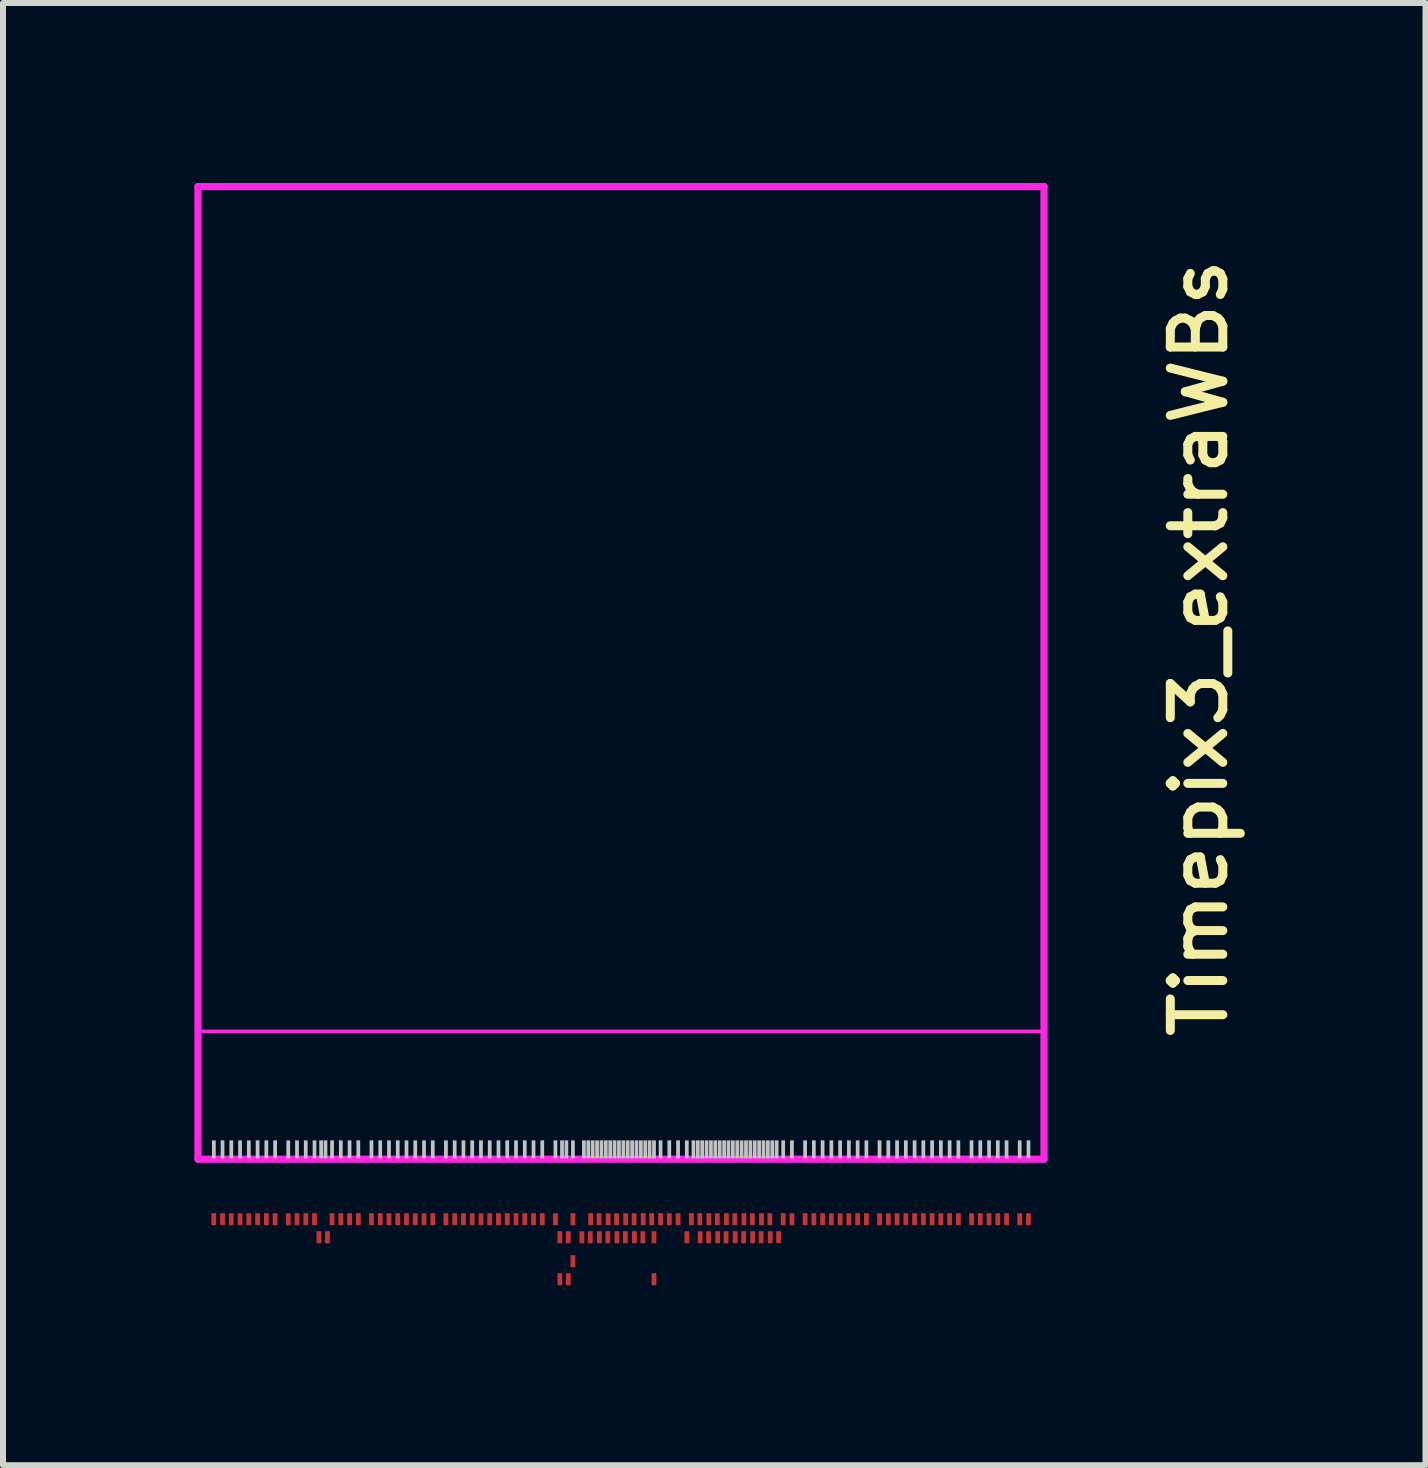
<source format=kicad_pcb>
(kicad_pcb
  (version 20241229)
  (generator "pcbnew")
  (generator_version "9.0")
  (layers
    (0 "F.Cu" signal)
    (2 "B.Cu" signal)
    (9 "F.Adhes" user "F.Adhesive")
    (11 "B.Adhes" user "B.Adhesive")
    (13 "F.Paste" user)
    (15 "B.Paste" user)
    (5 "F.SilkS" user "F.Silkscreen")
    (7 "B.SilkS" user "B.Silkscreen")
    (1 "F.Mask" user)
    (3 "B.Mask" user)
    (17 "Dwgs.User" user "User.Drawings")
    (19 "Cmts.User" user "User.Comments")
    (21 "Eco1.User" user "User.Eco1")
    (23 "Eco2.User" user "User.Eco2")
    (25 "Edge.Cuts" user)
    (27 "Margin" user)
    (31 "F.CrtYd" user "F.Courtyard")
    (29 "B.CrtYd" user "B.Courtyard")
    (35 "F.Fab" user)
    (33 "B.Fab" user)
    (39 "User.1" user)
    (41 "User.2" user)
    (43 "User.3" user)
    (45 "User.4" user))
  (footprint "Timepix3_extraWBs"
    (layer "F.Cu")
    (at 0.25 16.27)
    (property "Reference" "Timepix3_extraWBs" (at 16.683 -8.52 90) (unlocked yes) (layer "F.SilkS") (effects (font (size 0.875 0.92) (thickness 0.15))))
    (attr smd)
    (fp_line (start 0 -16.21) (end 0 0) (stroke (width 0.12) (type solid)) (layer "F.CrtYd"))
    (fp_line (start 0 -2.13) (end 14.1 -2.13) (stroke (width 0.06) (type solid)) (layer "F.CrtYd"))
    (fp_line (start 0 0) (end 14.1 0) (stroke (width 0.12) (type solid)) (layer "F.CrtYd"))
    (fp_line (start 14.1 -16.21) (end 0 -16.21) (stroke (width 0.12) (type solid)) (layer "F.CrtYd"))
    (fp_line (start 14.1 0) (end 14.1 -16.21) (stroke (width 0.12) (type solid)) (layer "F.CrtYd"))
    (pad "" smd rect (at 0.264 -0.164) (size 0.062 0.3) (layers "Dwgs.User"))
    (pad "" smd rect (at 0.409 -0.164) (size 0.062 0.3) (layers "Dwgs.User"))
    (pad "" smd rect (at 0.555 -0.164) (size 0.062 0.3) (layers "Dwgs.User"))
    (pad "" smd rect (at 0.701 -0.164) (size 0.062 0.3) (layers "Dwgs.User"))
    (pad "" smd rect (at 0.847 -0.164) (size 0.062 0.3) (layers "Dwgs.User"))
    (pad "" smd rect (at 0.993 -0.164) (size 0.062 0.3) (layers "Dwgs.User"))
    (pad "" smd rect (at 1.139 -0.164) (size 0.062 0.3) (layers "Dwgs.User"))
    (pad "" smd rect (at 1.285 -0.164) (size 0.062 0.3) (layers "Dwgs.User"))
    (pad "" smd rect (at 1.504 -0.164) (size 0.062 0.3) (layers "Dwgs.User"))
    (pad "" smd rect (at 1.65 -0.164) (size 0.062 0.3) (layers "Dwgs.User"))
    (pad "" smd rect (at 1.796 -0.164) (size 0.062 0.3) (layers "Dwgs.User"))
    (pad "" smd rect (at 1.942 -0.164) (size 0.062 0.3) (layers "Dwgs.User"))
    (pad "" smd rect (at 2.052 -0.164) (size 0.062 0.3) (layers "Dwgs.User"))
    (pad "" smd rect (at 2.125 -0.164) (size 0.062 0.3) (layers "Dwgs.User"))
    (pad "" smd rect (at 2.234 -0.164) (size 0.062 0.3) (layers "Dwgs.User"))
    (pad "" smd rect (at 2.38 -0.164) (size 0.062 0.3) (layers "Dwgs.User"))
    (pad "" smd rect (at 2.526 -0.164) (size 0.062 0.3) (layers "Dwgs.User"))
    (pad "" smd rect (at 2.672 -0.164) (size 0.062 0.3) (layers "Dwgs.User"))
    (pad "" smd rect (at 2.891 -0.164) (size 0.062 0.3) (layers "Dwgs.User"))
    (pad "" smd rect (at 3.037 -0.164) (size 0.062 0.3) (layers "Dwgs.User"))
    (pad "" smd rect (at 3.183 -0.164) (size 0.062 0.3) (layers "Dwgs.User"))
    (pad "" smd rect (at 3.329 -0.164) (size 0.062 0.3) (layers "Dwgs.User"))
    (pad "" smd rect (at 3.475 -0.164) (size 0.062 0.3) (layers "Dwgs.User"))
    (pad "" smd rect (at 3.621 -0.164) (size 0.062 0.3) (layers "Dwgs.User"))
    (pad "" smd rect (at 3.767 -0.164) (size 0.062 0.3) (layers "Dwgs.User"))
    (pad "" smd rect (at 3.913 -0.164) (size 0.062 0.3) (layers "Dwgs.User"))
    (pad "" smd rect (at 4.132 -0.164) (size 0.062 0.3) (layers "Dwgs.User"))
    (pad "" smd rect (at 4.278 -0.164) (size 0.062 0.3) (layers "Dwgs.User"))
    (pad "" smd rect (at 4.424 -0.164) (size 0.062 0.3) (layers "Dwgs.User"))
    (pad "" smd rect (at 4.57 -0.164) (size 0.062 0.3) (layers "Dwgs.User"))
    (pad "" smd rect (at 4.716 -0.164) (size 0.062 0.3) (layers "Dwgs.User"))
    (pad "" smd rect (at 4.862 -0.164) (size 0.062 0.3) (layers "Dwgs.User"))
    (pad "" smd rect (at 5.008 -0.164) (size 0.062 0.3) (layers "Dwgs.User"))
    (pad "" smd rect (at 5.154 -0.164) (size 0.062 0.3) (layers "Dwgs.User"))
    (pad "" smd rect (at 5.3 -0.164) (size 0.062 0.3) (layers "Dwgs.User"))
    (pad "" smd rect (at 5.446 -0.164) (size 0.062 0.3) (layers "Dwgs.User"))
    (pad "" smd rect (at 5.592 -0.164) (size 0.062 0.3) (layers "Dwgs.User"))
    (pad "" smd rect (at 5.738 -0.164) (size 0.062 0.3) (layers "Dwgs.User"))
    (pad "" smd rect (at 5.957 -0.164) (size 0.062 0.3) (layers "Dwgs.User"))
    (pad "" smd rect (at 6.067 -0.164) (size 0.062 0.3) (layers "Dwgs.User"))
    (pad "" smd rect (at 6.14 -0.164) (size 0.062 0.3) (layers "Dwgs.User"))
    (pad "" smd rect (at 6.249 -0.164) (size 0.062 0.3) (layers "Dwgs.User"))
    (pad "" smd rect (at 6.432 -0.164) (size 0.062 0.3) (layers "Dwgs.User"))
    (pad "" smd rect (at 6.505 -0.164) (size 0.062 0.3) (layers "Dwgs.User"))
    (pad "" smd rect (at 6.578 -0.164) (size 0.062 0.3) (layers "Dwgs.User"))
    (pad "" smd rect (at 6.651 -0.164) (size 0.062 0.3) (layers "Dwgs.User"))
    (pad "" smd rect (at 6.724 -0.164) (size 0.062 0.3) (layers "Dwgs.User"))
    (pad "" smd rect (at 6.797 -0.164) (size 0.062 0.3) (layers "Dwgs.User"))
    (pad "" smd rect (at 6.87 -0.164) (size 0.062 0.3) (layers "Dwgs.User"))
    (pad "" smd rect (at 6.943 -0.164) (size 0.062 0.3) (layers "Dwgs.User"))
    (pad "" smd rect (at 7.016 -0.164) (size 0.062 0.3) (layers "Dwgs.User"))
    (pad "" smd rect (at 7.089 -0.164) (size 0.062 0.3) (layers "Dwgs.User"))
    (pad "" smd rect (at 7.162 -0.164) (size 0.062 0.3) (layers "Dwgs.User"))
    (pad "" smd rect (at 7.235 -0.164) (size 0.062 0.3) (layers "Dwgs.User"))
    (pad "" smd rect (at 7.308 -0.164) (size 0.062 0.3) (layers "Dwgs.User"))
    (pad "" smd rect (at 7.381 -0.164) (size 0.062 0.3) (layers "Dwgs.User"))
    (pad "" smd rect (at 7.454 -0.164) (size 0.062 0.3) (layers "Dwgs.User"))
    (pad "" smd rect (at 7.527 -0.164) (size 0.062 0.3) (layers "Dwgs.User"))
    (pad "" smd rect (at 7.6 -0.164) (size 0.062 0.3) (layers "Dwgs.User"))
    (pad "" smd rect (at 7.709 -0.164) (size 0.062 0.3) (layers "Dwgs.User"))
    (pad "" smd rect (at 7.855 -0.164) (size 0.062 0.3) (layers "Dwgs.User"))
    (pad "" smd rect (at 8.001 -0.164) (size 0.062 0.3) (layers "Dwgs.User"))
    (pad "" smd rect (at 8.147 -0.164) (size 0.062 0.3) (layers "Dwgs.User"))
    (pad "" smd rect (at 8.257 -0.164) (size 0.062 0.3) (layers "Dwgs.User"))
    (pad "" smd rect (at 8.33 -0.164) (size 0.062 0.3) (layers "Dwgs.User"))
    (pad "" smd rect (at 8.403 -0.164) (size 0.062 0.3) (layers "Dwgs.User"))
    (pad "" smd rect (at 8.476 -0.164) (size 0.062 0.3) (layers "Dwgs.User"))
    (pad "" smd rect (at 8.549 -0.164) (size 0.062 0.3) (layers "Dwgs.User"))
    (pad "" smd rect (at 8.622 -0.164) (size 0.062 0.3) (layers "Dwgs.User"))
    (pad "" smd rect (at 8.695 -0.164) (size 0.062 0.3) (layers "Dwgs.User"))
    (pad "" smd rect (at 8.768 -0.164) (size 0.062 0.3) (layers "Dwgs.User"))
    (pad "" smd rect (at 8.841 -0.164) (size 0.062 0.3) (layers "Dwgs.User"))
    (pad "" smd rect (at 8.914 -0.164) (size 0.062 0.3) (layers "Dwgs.User"))
    (pad "" smd rect (at 8.987 -0.164) (size 0.062 0.3) (layers "Dwgs.User"))
    (pad "" smd rect (at 9.06 -0.164) (size 0.062 0.3) (layers "Dwgs.User"))
    (pad "" smd rect (at 9.133 -0.164) (size 0.062 0.3) (layers "Dwgs.User"))
    (pad "" smd rect (at 9.206 -0.164) (size 0.062 0.3) (layers "Dwgs.User"))
    (pad "" smd rect (at 9.279 -0.164) (size 0.062 0.3) (layers "Dwgs.User"))
    (pad "" smd rect (at 9.352 -0.164) (size 0.062 0.3) (layers "Dwgs.User"))
    (pad "" smd rect (at 9.425 -0.164) (size 0.062 0.3) (layers "Dwgs.User"))
    (pad "" smd rect (at 9.498 -0.164) (size 0.062 0.3) (layers "Dwgs.User"))
    (pad "" smd rect (at 9.571 -0.164) (size 0.062 0.3) (layers "Dwgs.User"))
    (pad "" smd rect (at 9.644 -0.164) (size 0.062 0.3) (layers "Dwgs.User"))
    (pad "" smd rect (at 9.753 -0.164) (size 0.062 0.3) (layers "Dwgs.User"))
    (pad "" smd rect (at 9.899 -0.164) (size 0.062 0.3) (layers "Dwgs.User"))
    (pad "" smd rect (at 10.118 -0.164) (size 0.062 0.3) (layers "Dwgs.User"))
    (pad "" smd rect (at 10.264 -0.164) (size 0.062 0.3) (layers "Dwgs.User"))
    (pad "" smd rect (at 10.41 -0.164) (size 0.062 0.3) (layers "Dwgs.User"))
    (pad "" smd rect (at 10.556 -0.164) (size 0.062 0.3) (layers "Dwgs.User"))
    (pad "" smd rect (at 10.702 -0.164) (size 0.062 0.3) (layers "Dwgs.User"))
    (pad "" smd rect (at 10.848 -0.164) (size 0.062 0.3) (layers "Dwgs.User"))
    (pad "" smd rect (at 10.994 -0.164) (size 0.062 0.3) (layers "Dwgs.User"))
    (pad "" smd rect (at 11.14 -0.164) (size 0.062 0.3) (layers "Dwgs.User"))
    (pad "" smd rect (at 11.359 -0.164) (size 0.062 0.3) (layers "Dwgs.User"))
    (pad "" smd rect (at 11.505 -0.164) (size 0.062 0.3) (layers "Dwgs.User"))
    (pad "" smd rect (at 11.651 -0.164) (size 0.062 0.3) (layers "Dwgs.User"))
    (pad "" smd rect (at 11.797 -0.164) (size 0.062 0.3) (layers "Dwgs.User"))
    (pad "" smd rect (at 11.943 -0.164) (size 0.062 0.3) (layers "Dwgs.User"))
    (pad "" smd rect (at 12.089 -0.164) (size 0.062 0.3) (layers "Dwgs.User"))
    (pad "" smd rect (at 12.235 -0.164) (size 0.062 0.3) (layers "Dwgs.User"))
    (pad "" smd rect (at 12.381 -0.164) (size 0.062 0.3) (layers "Dwgs.User"))
    (pad "" smd rect (at 12.527 -0.164) (size 0.062 0.3) (layers "Dwgs.User"))
    (pad "" smd rect (at 12.673 -0.164) (size 0.062 0.3) (layers "Dwgs.User"))
    (pad "" smd rect (at 12.892 -0.164) (size 0.062 0.3) (layers "Dwgs.User"))
    (pad "" smd rect (at 13.038 -0.164) (size 0.062 0.3) (layers "Dwgs.User"))
    (pad "" smd rect (at 13.184 -0.165) (size 0.062 0.3) (layers "Dwgs.User"))
    (pad "" smd rect (at 13.33 -0.164) (size 0.062 0.3) (layers "Dwgs.User"))
    (pad "" smd rect (at 13.476 -0.164) (size 0.062 0.3) (layers "Dwgs.User"))
    (pad "" smd rect (at 13.695 -0.164) (size 0.062 0.3) (layers "Dwgs.User"))
    (pad "" smd rect (at 13.841 -0.164) (size 0.062 0.3) (layers "Dwgs.User"))
    (pad "1" smd rect (at 0.263 1) (size 0.08 0.2) (layers "F.Cu" "F.Mask" "F.Paste"))
    (pad "2" smd rect (at 0.409 1) (size 0.08 0.2) (layers "F.Cu" "F.Mask" "F.Paste"))
    (pad "3" smd rect (at 0.555 1) (size 0.08 0.2) (layers "F.Cu" "F.Mask" "F.Paste"))
    (pad "4" smd rect (at 0.701 1) (size 0.08 0.2) (layers "F.Cu" "F.Mask" "F.Paste"))
    (pad "5" smd rect (at 0.847 1) (size 0.08 0.2) (layers "F.Cu" "F.Mask" "F.Paste"))
    (pad "6" smd rect (at 0.993 1) (size 0.08 0.2) (layers "F.Cu" "F.Mask" "F.Paste"))
    (pad "7" smd rect (at 1.139 1) (size 0.08 0.2) (layers "F.Cu" "F.Mask" "F.Paste"))
    (pad "8" smd rect (at 1.285 1) (size 0.08 0.2) (layers "F.Cu" "F.Mask" "F.Paste"))
    (pad "9" smd rect (at 1.504 1 180) (size 0.08 0.2) (layers "F.Cu" "F.Mask" "F.Paste"))
    (pad "10" smd rect (at 1.65 1 180) (size 0.08 0.2) (layers "F.Cu" "F.Mask" "F.Paste"))
    (pad "11" smd rect (at 1.796 1 180) (size 0.08 0.2) (layers "F.Cu" "F.Mask" "F.Paste"))
    (pad "12" smd rect (at 1.942 1 180) (size 0.08 0.2) (layers "F.Cu" "F.Mask" "F.Paste"))
    (pad "13" smd rect (at 2.016 1.3 180) (size 0.08 0.2) (layers "F.Cu" "F.Mask" "F.Paste"))
    (pad "14" smd rect (at 2.156 1.3 180) (size 0.08 0.2) (layers "F.Cu" "F.Mask" "F.Paste"))
    (pad "15" smd rect (at 2.234 1 180) (size 0.08 0.2) (layers "F.Cu" "F.Mask" "F.Paste"))
    (pad "16" smd rect (at 2.38 1 180) (size 0.08 0.2) (layers "F.Cu" "F.Mask" "F.Paste"))
    (pad "17" smd rect (at 2.526 1 180) (size 0.08 0.2) (layers "F.Cu" "F.Mask" "F.Paste"))
    (pad "18" smd rect (at 2.672 1 180) (size 0.08 0.2) (layers "F.Cu" "F.Mask" "F.Paste"))
    (pad "19" smd rect (at 2.891 1 180) (size 0.08 0.2) (layers "F.Cu" "F.Mask" "F.Paste"))
    (pad "20" smd rect (at 3.037 1 180) (size 0.08 0.2) (layers "F.Cu" "F.Mask" "F.Paste"))
    (pad "21" smd rect (at 3.183 1 180) (size 0.08 0.2) (layers "F.Cu" "F.Mask" "F.Paste"))
    (pad "22" smd rect (at 3.329 1 180) (size 0.08 0.2) (layers "F.Cu" "F.Mask" "F.Paste"))
    (pad "23" smd rect (at 3.475 1 180) (size 0.08 0.2) (layers "F.Cu" "F.Mask" "F.Paste"))
    (pad "24" smd rect (at 3.621 1 180) (size 0.08 0.2) (layers "F.Cu" "F.Mask" "F.Paste"))
    (pad "25" smd rect (at 3.767 1 180) (size 0.08 0.2) (layers "F.Cu" "F.Mask" "F.Paste"))
    (pad "26" smd rect (at 3.913 1 180) (size 0.08 0.2) (layers "F.Cu" "F.Mask" "F.Paste"))
    (pad "27" smd rect (at 4.132 1 180) (size 0.08 0.2) (layers "F.Cu" "F.Mask" "F.Paste"))
    (pad "28" smd rect (at 4.278 1 180) (size 0.08 0.2) (layers "F.Cu" "F.Mask" "F.Paste"))
    (pad "29" smd rect (at 4.424 1 180) (size 0.08 0.2) (layers "F.Cu" "F.Mask" "F.Paste"))
    (pad "30" smd rect (at 4.57 1 180) (size 0.08 0.2) (layers "F.Cu" "F.Mask" "F.Paste"))
    (pad "31" smd rect (at 4.716 1 180) (size 0.08 0.2) (layers "F.Cu" "F.Mask" "F.Paste"))
    (pad "32" smd rect (at 4.862 1 180) (size 0.08 0.2) (layers "F.Cu" "F.Mask" "F.Paste"))
    (pad "33" smd rect (at 5.008 1 180) (size 0.08 0.2) (layers "F.Cu" "F.Mask" "F.Paste"))
    (pad "34" smd rect (at 5.154 1 180) (size 0.08 0.2) (layers "F.Cu" "F.Mask" "F.Paste"))
    (pad "35" smd rect (at 5.3 1 180) (size 0.08 0.2) (layers "F.Cu" "F.Mask" "F.Paste"))
    (pad "36" smd rect (at 5.446 1 180) (size 0.08 0.2) (layers "F.Cu" "F.Mask" "F.Paste"))
    (pad "37" smd rect (at 5.592 1 180) (size 0.08 0.2) (layers "F.Cu" "F.Mask" "F.Paste"))
    (pad "38" smd rect (at 5.738 1 180) (size 0.08 0.2) (layers "F.Cu" "F.Mask" "F.Paste"))
    (pad "39" smd rect (at 5.957 1 180) (size 0.08 0.2) (layers "F.Cu" "F.Mask" "F.Paste"))
    (pad "40" smd rect (at 6.031 1.3 180) (size 0.08 0.2) (layers "F.Cu" "F.Mask" "F.Paste"))
    (pad "41" smd rect (at 6.171 1.3 180) (size 0.08 0.2) (layers "F.Cu" "F.Mask" "F.Paste"))
    (pad "42" smd rect (at 6.249 1 180) (size 0.08 0.2) (layers "F.Cu" "F.Mask" "F.Paste"))
    (pad "43" smd rect (at 6.398 1.3 180) (size 0.08 0.2) (layers "F.Cu" "F.Mask" "F.Paste"))
    (pad "44" smd rect (at 6.538 1.3 180) (size 0.08 0.2) (layers "F.Cu" "F.Mask" "F.Paste"))
    (pad "45" smd rect (at 6.544 1 180) (size 0.08 0.2) (layers "F.Cu" "F.Mask" "F.Paste"))
    (pad "46" smd rect (at 6.684 1 180) (size 0.08 0.2) (layers "F.Cu" "F.Mask" "F.Paste"))
    (pad "47" smd rect (at 6.69 1.3 180) (size 0.08 0.2) (layers "F.Cu" "F.Mask" "F.Paste"))
    (pad "48" smd rect (at 6.83 1.3 180) (size 0.08 0.2) (layers "F.Cu" "F.Mask" "F.Paste"))
    (pad "49" smd rect (at 6.836 1 180) (size 0.08 0.2) (layers "F.Cu" "F.Mask" "F.Paste"))
    (pad "50" smd rect (at 6.976 1 180) (size 0.08 0.2) (layers "F.Cu" "F.Mask" "F.Paste"))
    (pad "51" smd rect (at 6.982 1.3 180) (size 0.08 0.2) (layers "F.Cu" "F.Mask" "F.Paste"))
    (pad "52" smd rect (at 7.122 1.3 180) (size 0.08 0.2) (layers "F.Cu" "F.Mask" "F.Paste"))
    (pad "53" smd rect (at 7.128 1 180) (size 0.08 0.2) (layers "F.Cu" "F.Mask" "F.Paste"))
    (pad "54" smd rect (at 7.268 1 180) (size 0.08 0.2) (layers "F.Cu" "F.Mask" "F.Paste"))
    (pad "55" smd rect (at 7.274 1.3 180) (size 0.08 0.2) (layers "F.Cu" "F.Mask" "F.Paste"))
    (pad "56" smd rect (at 7.414 1.3 180) (size 0.08 0.2) (layers "F.Cu" "F.Mask" "F.Paste"))
    (pad "57" smd rect (at 7.42 1 180) (size 0.08 0.2) (layers "F.Cu" "F.Mask" "F.Paste"))
    (pad "58" smd rect (at 7.561 1 180) (size 0.08 0.2) (layers "F.Cu" "F.Mask" "F.Paste"))
    (pad "59" smd rect (at 7.6 1.3 180) (size 0.08 0.2) (layers "F.Cu" "F.Mask" "F.Paste"))
    (pad "60" smd rect (at 7.709 1 180) (size 0.08 0.2) (layers "F.Cu" "F.Mask" "F.Paste"))
    (pad "61" smd rect (at 7.855 1 180) (size 0.08 0.2) (layers "F.Cu" "F.Mask" "F.Paste"))
    (pad "62" smd rect (at 8.001 1 180) (size 0.08 0.2) (layers "F.Cu" "F.Mask" "F.Paste"))
    (pad "63" smd rect (at 8.147 1.3 180) (size 0.08 0.2) (layers "F.Cu" "F.Mask" "F.Paste"))
    (pad "64" smd rect (at 8.223 1 180) (size 0.08 0.2) (layers "F.Cu" "F.Mask" "F.Paste"))
    (pad "65" smd rect (at 8.363 1 180) (size 0.08 0.2) (layers "F.Cu" "F.Mask" "F.Paste"))
    (pad "66" smd rect (at 8.369 1.3 180) (size 0.08 0.2) (layers "F.Cu" "F.Mask" "F.Paste"))
    (pad "67" smd rect (at 8.509 1.3 180) (size 0.08 0.2) (layers "F.Cu" "F.Mask" "F.Paste"))
    (pad "68" smd rect (at 8.515 1 180) (size 0.08 0.2) (layers "F.Cu" "F.Mask" "F.Paste"))
    (pad "69" smd rect (at 8.655 1 180) (size 0.08 0.2) (layers "F.Cu" "F.Mask" "F.Paste"))
    (pad "70" smd rect (at 8.661 1.3 180) (size 0.08 0.2) (layers "F.Cu" "F.Mask" "F.Paste"))
    (pad "71" smd rect (at 8.801 1.3 180) (size 0.08 0.2) (layers "F.Cu" "F.Mask" "F.Paste"))
    (pad "72" smd rect (at 8.807 1 180) (size 0.08 0.2) (layers "F.Cu" "F.Mask" "F.Paste"))
    (pad "73" smd rect (at 8.947 1 180) (size 0.08 0.2) (layers "F.Cu" "F.Mask" "F.Paste"))
    (pad "74" smd rect (at 8.953 1.3 180) (size 0.08 0.2) (layers "F.Cu" "F.Mask" "F.Paste"))
    (pad "75" smd rect (at 9.093 1.3 180) (size 0.08 0.2) (layers "F.Cu" "F.Mask" "F.Paste"))
    (pad "76" smd rect (at 9.099 1 180) (size 0.08 0.2) (layers "F.Cu" "F.Mask" "F.Paste"))
    (pad "77" smd rect (at 9.239 1 180) (size 0.08 0.2) (layers "F.Cu" "F.Mask" "F.Paste"))
    (pad "78" smd rect (at 9.245 1.3 180) (size 0.08 0.2) (layers "F.Cu" "F.Mask" "F.Paste"))
    (pad "79" smd rect (at 9.385 1.3 180) (size 0.08 0.2) (layers "F.Cu" "F.Mask" "F.Paste"))
    (pad "80" smd rect (at 9.391 1 180) (size 0.08 0.2) (layers "F.Cu" "F.Mask" "F.Paste"))
    (pad "81" smd rect (at 9.531 1 180) (size 0.08 0.2) (layers "F.Cu" "F.Mask" "F.Paste"))
    (pad "82" smd rect (at 9.537 1.3 180) (size 0.08 0.2) (layers "F.Cu" "F.Mask" "F.Paste"))
    (pad "83" smd rect (at 9.677 1.3 180) (size 0.08 0.2) (layers "F.Cu" "F.Mask" "F.Paste"))
    (pad "84" smd rect (at 9.753 1 180) (size 0.08 0.2) (layers "F.Cu" "F.Mask" "F.Paste"))
    (pad "85" smd rect (at 9.899 1 180) (size 0.08 0.2) (layers "F.Cu" "F.Mask" "F.Paste"))
    (pad "86" smd rect (at 10.118 1 180) (size 0.08 0.2) (layers "F.Cu" "F.Mask" "F.Paste"))
    (pad "87" smd rect (at 10.264 1 180) (size 0.08 0.2) (layers "F.Cu" "F.Mask" "F.Paste"))
    (pad "88" smd rect (at 10.41 1 180) (size 0.08 0.2) (layers "F.Cu" "F.Mask" "F.Paste"))
    (pad "89" smd rect (at 10.556 1 180) (size 0.08 0.2) (layers "F.Cu" "F.Mask" "F.Paste"))
    (pad "90" smd rect (at 10.702 1 180) (size 0.08 0.2) (layers "F.Cu" "F.Mask" "F.Paste"))
    (pad "91" smd rect (at 10.848 1 180) (size 0.08 0.2) (layers "F.Cu" "F.Mask" "F.Paste"))
    (pad "92" smd rect (at 10.994 1 180) (size 0.08 0.2) (layers "F.Cu" "F.Mask" "F.Paste"))
    (pad "93" smd rect (at 11.14 1 180) (size 0.08 0.2) (layers "F.Cu" "F.Mask" "F.Paste"))
    (pad "94" smd rect (at 11.359 1 180) (size 0.08 0.2) (layers "F.Cu" "F.Mask" "F.Paste"))
    (pad "95" smd rect (at 11.505 1 180) (size 0.08 0.2) (layers "F.Cu" "F.Mask" "F.Paste"))
    (pad "96" smd rect (at 11.651 1 180) (size 0.08 0.2) (layers "F.Cu" "F.Mask" "F.Paste"))
    (pad "97" smd rect (at 11.797 1 180) (size 0.08 0.2) (layers "F.Cu" "F.Mask" "F.Paste"))
    (pad "98" smd rect (at 11.943 1 180) (size 0.08 0.2) (layers "F.Cu" "F.Mask" "F.Paste"))
    (pad "99" smd rect (at 12.089 1 180) (size 0.08 0.2) (layers "F.Cu" "F.Mask" "F.Paste"))
    (pad "100" smd rect (at 12.235 1 180) (size 0.08 0.2) (layers "F.Cu" "F.Mask" "F.Paste"))
    (pad "101" smd rect (at 12.381 1 180) (size 0.08 0.2) (layers "F.Cu" "F.Mask" "F.Paste"))
    (pad "102" smd rect (at 12.527 1 180) (size 0.08 0.2) (layers "F.Cu" "F.Mask" "F.Paste"))
    (pad "103" smd rect (at 12.673 1 180) (size 0.08 0.2) (layers "F.Cu" "F.Mask" "F.Paste"))
    (pad "104" smd rect (at 12.892 1 180) (size 0.08 0.2) (layers "F.Cu" "F.Mask" "F.Paste"))
    (pad "105" smd rect (at 13.038 1 180) (size 0.08 0.2) (layers "F.Cu" "F.Mask" "F.Paste"))
    (pad "106" smd rect (at 13.184 1 180) (size 0.08 0.2) (layers "F.Cu" "F.Mask" "F.Paste"))
    (pad "107" smd rect (at 13.33 1 180) (size 0.08 0.2) (layers "F.Cu" "F.Mask" "F.Paste"))
    (pad "108" smd rect (at 13.476 1 180) (size 0.08 0.2) (layers "F.Cu" "F.Mask" "F.Paste"))
    (pad "109" smd rect (at 13.695 1 180) (size 0.08 0.2) (layers "F.Cu" "F.Mask" "F.Paste"))
    (pad "110" smd rect (at 13.841 1 180) (size 0.08 0.2) (layers "F.Cu" "F.Mask" "F.Paste"))
    (pad "111" smd rect (at 6.031 2 180) (size 0.08 0.2) (layers "F.Cu" "F.Mask" "F.Paste"))
    (pad "112" smd rect (at 6.171 2 180) (size 0.08 0.2) (layers "F.Cu" "F.Mask" "F.Paste"))
    (pad "113" smd rect (at 7.6 2 180) (size 0.08 0.2) (layers "F.Cu" "F.Mask" "F.Paste"))
    (pad "114" smd rect (at 6.249 1.7 180) (size 0.08 0.2) (layers "F.Cu" "F.Mask" "F.Paste")))
  (gr_rect
    (start -3 -3)
    (end 20.708 21.37)
    (stroke (width 0.1) (type default))
    (fill no)
    (layer "Edge.Cuts")))
</source>
